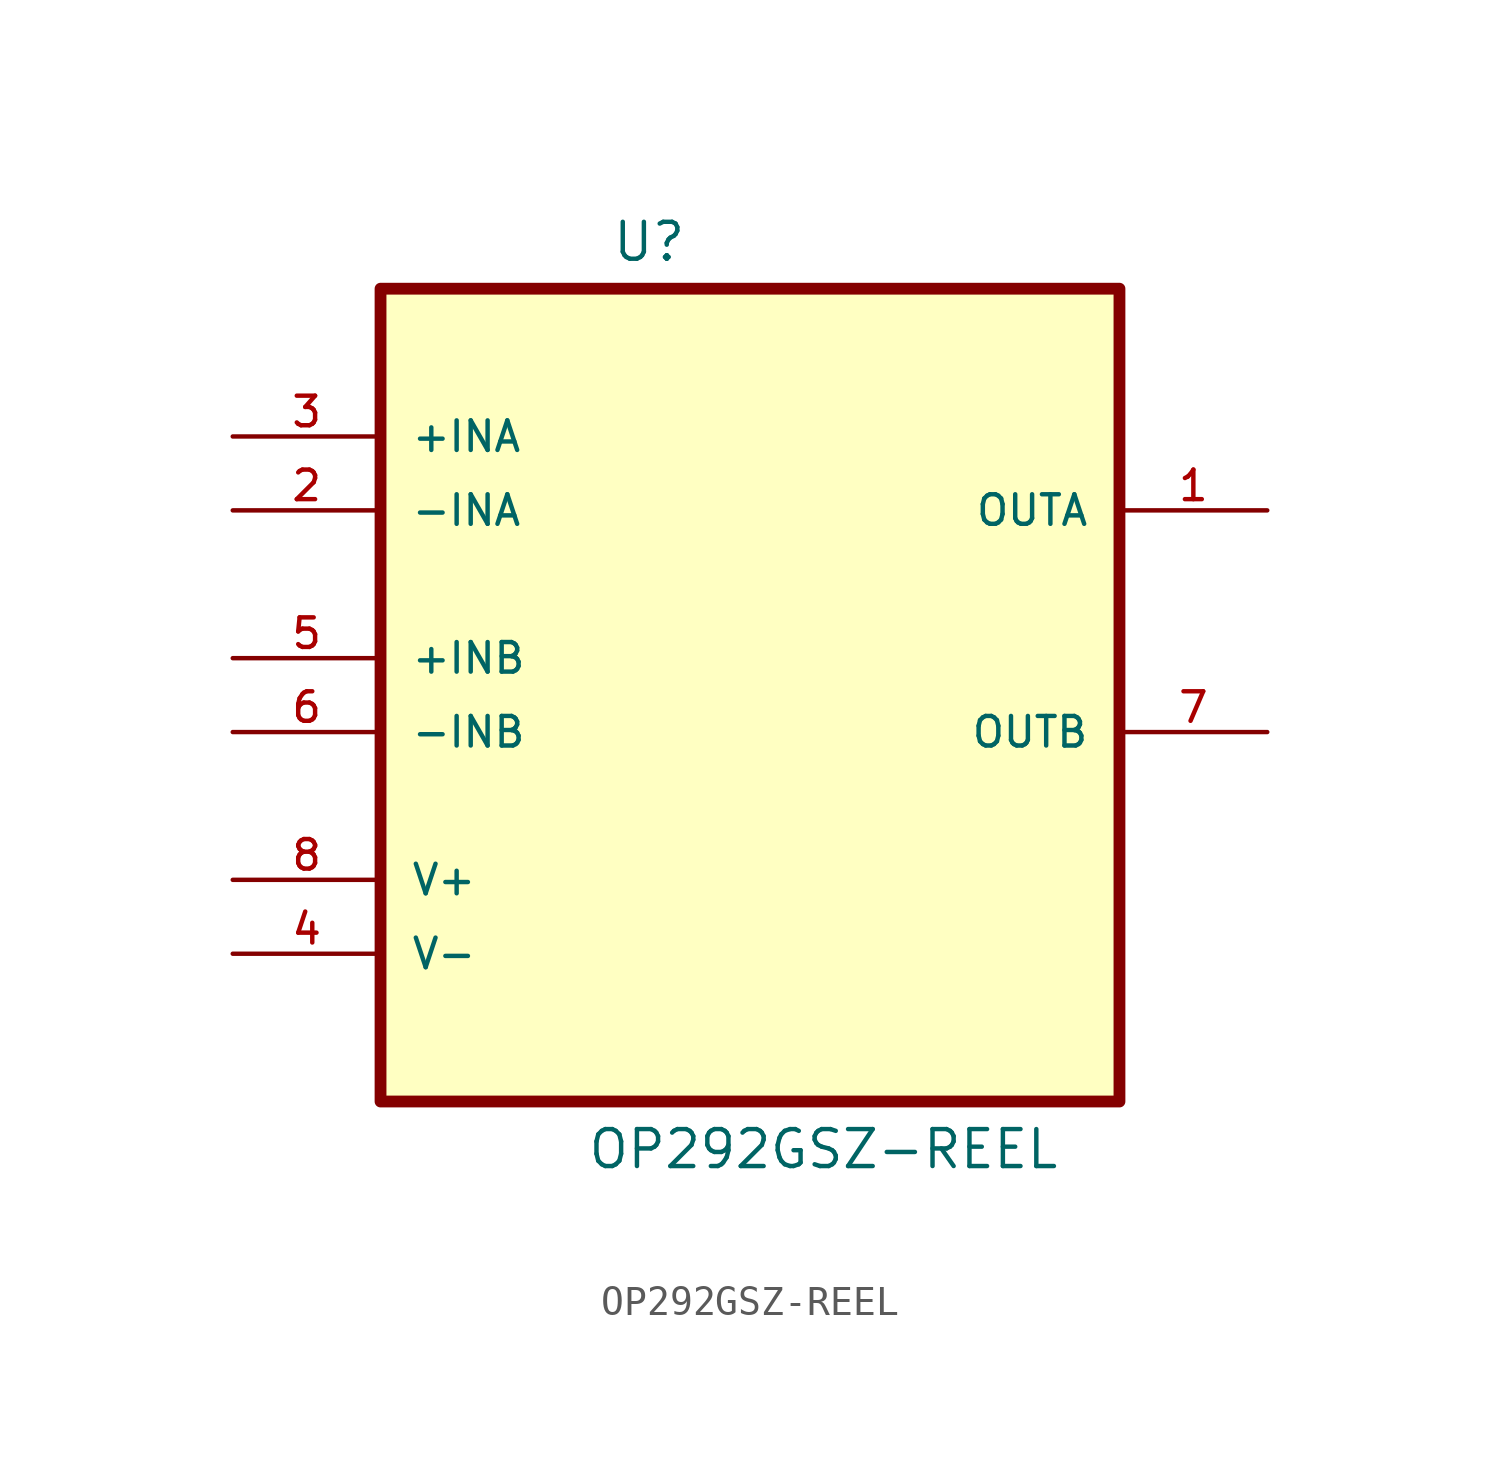
<source format=kicad_sym>
(kicad_symbol_lib
  (version 20211014)
  (generator kicad_symbol_editor)
  (symbol "OP292GSZ-REEL"
    (pin_names
      (offset 1.016))
    (property "Reference" "U"
      (at -4.776 11.026 0.0)
      (effects (font (size 1.27 1.27)) (justify bottom left)))
    (property "Value" "OP292GSZ-REEL"
      (at -5.619 -20.161 0.0)
      (effects (font (size 1.27 1.27)) (justify bottom left)))
    (symbol "OP292GSZ-REEL_0_0"
      (rectangle (start -12.7 -17.78) (end 12.7 10.16) (stroke (width 0.406)) (fill (type background)))
      (pin passive line (at -17.78 5.08 0) (length 5.08) (name "+INA" (effects (font (size 1.016 1.016)))) (number "3" (effects (font (size 1.016 1.016)))))
      (pin passive line (at -17.78 2.54 0) (length 5.08) (name "-INA" (effects (font (size 1.016 1.016)))) (number "2" (effects (font (size 1.016 1.016)))))
      (pin passive line (at -17.78 -2.54 0) (length 5.08) (name "+INB" (effects (font (size 1.016 1.016)))) (number "5" (effects (font (size 1.016 1.016)))))
      (pin passive line (at -17.78 -5.08 0) (length 5.08) (name "-INB" (effects (font (size 1.016 1.016)))) (number "6" (effects (font (size 1.016 1.016)))))
      (pin power_in line (at -17.78 -10.16 0) (length 5.08) (name "V+" (effects (font (size 1.016 1.016)))) (number "8" (effects (font (size 1.016 1.016)))))
      (pin power_in line (at -17.78 -12.7 0) (length 5.08) (name "V-" (effects (font (size 1.016 1.016)))) (number "4" (effects (font (size 1.016 1.016)))))
      (pin passive line (at 17.78 -5.08 180.0) (length 5.08) (name "OUTB" (effects (font (size 1.016 1.016)))) (number "7" (effects (font (size 1.016 1.016)))))
      (pin passive line (at 17.78 2.54 180.0) (length 5.08) (name "OUTA" (effects (font (size 1.016 1.016)))) (number "1" (effects (font (size 1.016 1.016))))))))
</source>
